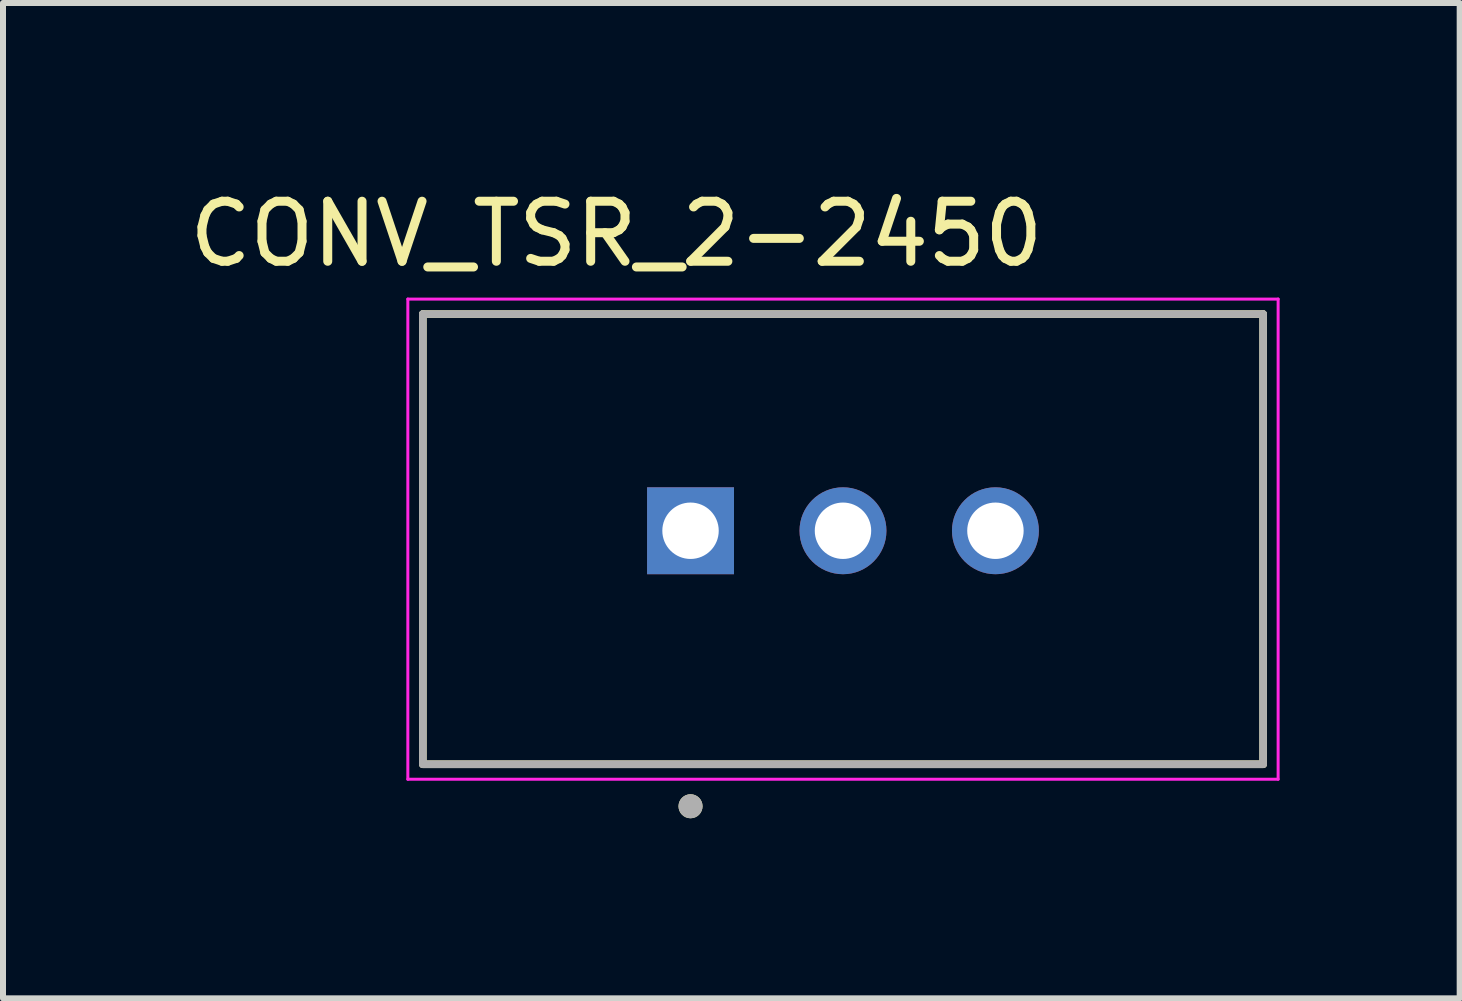
<source format=kicad_pcb>
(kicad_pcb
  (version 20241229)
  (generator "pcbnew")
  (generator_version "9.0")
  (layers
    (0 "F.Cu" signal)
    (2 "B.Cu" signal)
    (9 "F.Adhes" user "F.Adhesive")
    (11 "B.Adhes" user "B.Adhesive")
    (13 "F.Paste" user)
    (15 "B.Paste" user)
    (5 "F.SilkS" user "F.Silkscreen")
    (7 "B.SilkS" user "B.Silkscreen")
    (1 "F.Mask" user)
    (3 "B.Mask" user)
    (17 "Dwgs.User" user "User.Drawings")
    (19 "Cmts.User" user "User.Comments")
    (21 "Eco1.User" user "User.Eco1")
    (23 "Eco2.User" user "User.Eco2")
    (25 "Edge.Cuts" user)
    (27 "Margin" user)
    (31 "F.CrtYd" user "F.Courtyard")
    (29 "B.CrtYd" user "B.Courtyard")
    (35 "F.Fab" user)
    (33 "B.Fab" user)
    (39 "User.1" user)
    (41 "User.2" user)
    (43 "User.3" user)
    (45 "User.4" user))
  (footprint "CONV_TSR_2-2450"
    (layer "F.Cu")
    (at 10.995 5.933)
    (property "Reference" "CONV_TSR_2-2450" (at -3.775 -5.085 0) (layer "F.SilkS") (effects (font (size 1 1) (thickness 0.15))))
    (attr through_hole)
    (fp_line (start -7 -3.75) (end 7 -3.75) (stroke (width 0.127) (type solid)) (layer "F.SilkS"))
    (fp_line (start -7 3.75) (end -7 -3.75) (stroke (width 0.127) (type solid)) (layer "F.SilkS"))
    (fp_line (start 7 3.75) (end -7 3.75) (stroke (width 0.127) (type solid)) (layer "F.SilkS"))
    (fp_line (start 7 3.75) (end 7 -3.75) (stroke (width 0.127) (type solid)) (layer "F.SilkS"))
    (fp_circle (center -2.54 4.45) (end -2.44 4.45) (stroke (width 0.2) (type solid)) (fill no) (layer "F.SilkS"))
    (fp_line (start -7.25 -4) (end -7.25 4) (stroke (width 0.05) (type solid)) (layer "F.CrtYd"))
    (fp_line (start -7.25 -4) (end 7.25 -4) (stroke (width 0.05) (type solid)) (layer "F.CrtYd"))
    (fp_line (start 7.25 4) (end -7.25 4) (stroke (width 0.05) (type solid)) (layer "F.CrtYd"))
    (fp_line (start 7.25 4) (end 7.25 -4) (stroke (width 0.05) (type solid)) (layer "F.CrtYd"))
    (fp_line (start -7 -3.75) (end 7 -3.75) (stroke (width 0.127) (type solid)) (layer "F.Fab"))
    (fp_line (start -7 3.75) (end -7 -3.75) (stroke (width 0.127) (type solid)) (layer "F.Fab"))
    (fp_line (start 7 -3.75) (end 7 3.75) (stroke (width 0.127) (type solid)) (layer "F.Fab"))
    (fp_line (start 7 3.75) (end -7 3.75) (stroke (width 0.127) (type solid)) (layer "F.Fab"))
    (fp_circle (center -2.54 4.45) (end -2.44 4.45) (stroke (width 0.2) (type solid)) (fill no) (layer "F.Fab"))
    (pad "1" thru_hole rect (at -2.54 -0.14) (size 1.448 1.448) (drill 0.94) (layers "*.Cu" "*.Mask"))
    (pad "2" thru_hole circle (at 0 -0.14) (size 1.448 1.448) (drill 0.94) (layers "*.Cu" "*.Mask"))
    (pad "3" thru_hole circle (at 2.54 -0.14) (size 1.448 1.448) (drill 0.94) (layers "*.Cu" "*.Mask")))
  (gr_rect
    (start -3 -3)
    (end 21.27 13.583)
    (stroke (width 0.1) (type default))
    (fill no)
    (layer "Edge.Cuts")))
</source>
